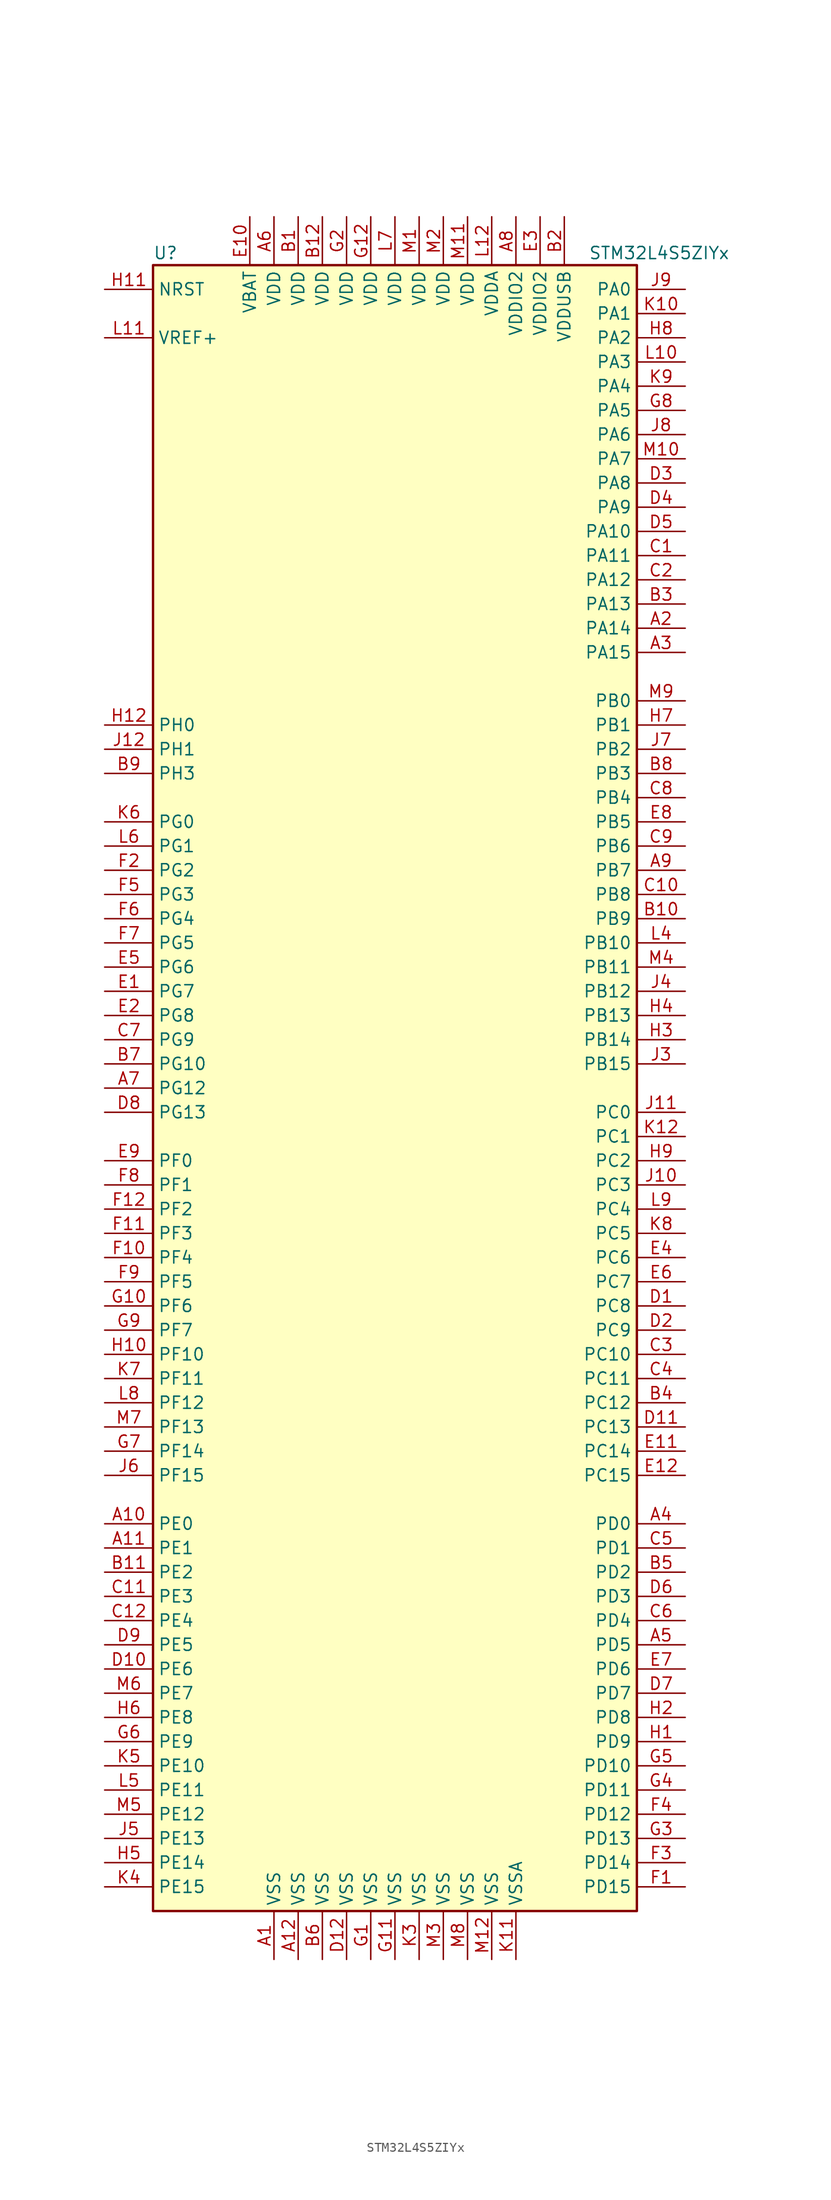
<source format=kicad_sym>
(kicad_symbol_lib
  (version 20200908)
  (generator kicad_symbol_editor)
  (symbol "MCU_ST_STM32L4+:STM32L4S5ZIYx"
    (property "Reference" "U"
      (at -25.4 87.63 0)
      (effects (font (size 1.27 1.27)) (justify left)))
    (property "Value" "STM32L4S5ZIYx"
      (at 20.32 87.63 0)
      (effects (font (size 1.27 1.27)) (justify left)))
    (symbol "STM32L4S5ZIYx_0_1"
      (rectangle (start -25.4 -86.36) (end 25.4 86.36) (stroke (width 0.254)) (fill (type background))))
    (symbol "STM32L4S5ZIYx_1_1"
      (pin unconnected line (at -25.4 -83.82 0) (length 5.08) hide (name "NC" (effects (font (size 1.27 1.27)))) (number "J1" (effects (font (size 1.27 1.27)))))
      (pin unconnected line (at -25.4 -81.28 0) (length 5.08) hide (name "NC" (effects (font (size 1.27 1.27)))) (number "J2" (effects (font (size 1.27 1.27)))))
      (pin unconnected line (at -25.4 -78.74 0) (length 5.08) hide (name "NC" (effects (font (size 1.27 1.27)))) (number "K1" (effects (font (size 1.27 1.27)))))
      (pin unconnected line (at -25.4 -76.2 0) (length 5.08) hide (name "NC" (effects (font (size 1.27 1.27)))) (number "K2" (effects (font (size 1.27 1.27)))))
      (pin unconnected line (at -25.4 -73.66 0) (length 5.08) hide (name "NC" (effects (font (size 1.27 1.27)))) (number "L1" (effects (font (size 1.27 1.27)))))
      (pin unconnected line (at -25.4 -71.12 0) (length 5.08) hide (name "NC" (effects (font (size 1.27 1.27)))) (number "L2" (effects (font (size 1.27 1.27)))))
      (pin unconnected line (at -25.4 -68.58 0) (length 5.08) hide (name "NC" (effects (font (size 1.27 1.27)))) (number "L3" (effects (font (size 1.27 1.27)))))
      (pin input line (at -30.48 83.82 0) (length 5.08) (name "NRST" (effects (font (size 1.27 1.27)))) (number "H11" (effects (font (size 1.27 1.27)))))
      (pin bidirectional line (at 30.48 83.82 180) (length 5.08) (name "PA0" (effects (font (size 1.27 1.27)))) (number "J9" (effects (font (size 1.27 1.27)))))
      (pin bidirectional line (at 30.48 81.28 180) (length 5.08) (name "PA1" (effects (font (size 1.27 1.27)))) (number "K10" (effects (font (size 1.27 1.27)))))
      (pin bidirectional line (at 30.48 58.42 180) (length 5.08) (name "PA10" (effects (font (size 1.27 1.27)))) (number "D5" (effects (font (size 1.27 1.27)))))
      (pin bidirectional line (at 30.48 55.88 180) (length 5.08) (name "PA11" (effects (font (size 1.27 1.27)))) (number "C1" (effects (font (size 1.27 1.27)))))
      (pin bidirectional line (at 30.48 53.34 180) (length 5.08) (name "PA12" (effects (font (size 1.27 1.27)))) (number "C2" (effects (font (size 1.27 1.27)))))
      (pin bidirectional line (at 30.48 50.8 180) (length 5.08) (name "PA13" (effects (font (size 1.27 1.27)))) (number "B3" (effects (font (size 1.27 1.27)))))
      (pin bidirectional line (at 30.48 48.26 180) (length 5.08) (name "PA14" (effects (font (size 1.27 1.27)))) (number "A2" (effects (font (size 1.27 1.27)))))
      (pin bidirectional line (at 30.48 45.72 180) (length 5.08) (name "PA15" (effects (font (size 1.27 1.27)))) (number "A3" (effects (font (size 1.27 1.27)))))
      (pin bidirectional line (at 30.48 78.74 180) (length 5.08) (name "PA2" (effects (font (size 1.27 1.27)))) (number "H8" (effects (font (size 1.27 1.27)))))
      (pin bidirectional line (at 30.48 76.2 180) (length 5.08) (name "PA3" (effects (font (size 1.27 1.27)))) (number "L10" (effects (font (size 1.27 1.27)))))
      (pin bidirectional line (at 30.48 73.66 180) (length 5.08) (name "PA4" (effects (font (size 1.27 1.27)))) (number "K9" (effects (font (size 1.27 1.27)))))
      (pin bidirectional line (at 30.48 71.12 180) (length 5.08) (name "PA5" (effects (font (size 1.27 1.27)))) (number "G8" (effects (font (size 1.27 1.27)))))
      (pin bidirectional line (at 30.48 68.58 180) (length 5.08) (name "PA6" (effects (font (size 1.27 1.27)))) (number "J8" (effects (font (size 1.27 1.27)))))
      (pin bidirectional line (at 30.48 66.04 180) (length 5.08) (name "PA7" (effects (font (size 1.27 1.27)))) (number "M10" (effects (font (size 1.27 1.27)))))
      (pin bidirectional line (at 30.48 63.5 180) (length 5.08) (name "PA8" (effects (font (size 1.27 1.27)))) (number "D3" (effects (font (size 1.27 1.27)))))
      (pin bidirectional line (at 30.48 60.96 180) (length 5.08) (name "PA9" (effects (font (size 1.27 1.27)))) (number "D4" (effects (font (size 1.27 1.27)))))
      (pin bidirectional line (at 30.48 40.64 180) (length 5.08) (name "PB0" (effects (font (size 1.27 1.27)))) (number "M9" (effects (font (size 1.27 1.27)))))
      (pin bidirectional line (at 30.48 38.1 180) (length 5.08) (name "PB1" (effects (font (size 1.27 1.27)))) (number "H7" (effects (font (size 1.27 1.27)))))
      (pin bidirectional line (at 30.48 15.24 180) (length 5.08) (name "PB10" (effects (font (size 1.27 1.27)))) (number "L4" (effects (font (size 1.27 1.27)))))
      (pin bidirectional line (at 30.48 12.7 180) (length 5.08) (name "PB11" (effects (font (size 1.27 1.27)))) (number "M4" (effects (font (size 1.27 1.27)))))
      (pin bidirectional line (at 30.48 10.16 180) (length 5.08) (name "PB12" (effects (font (size 1.27 1.27)))) (number "J4" (effects (font (size 1.27 1.27)))))
      (pin bidirectional line (at 30.48 7.62 180) (length 5.08) (name "PB13" (effects (font (size 1.27 1.27)))) (number "H4" (effects (font (size 1.27 1.27)))))
      (pin bidirectional line (at 30.48 5.08 180) (length 5.08) (name "PB14" (effects (font (size 1.27 1.27)))) (number "H3" (effects (font (size 1.27 1.27)))))
      (pin bidirectional line (at 30.48 2.54 180) (length 5.08) (name "PB15" (effects (font (size 1.27 1.27)))) (number "J3" (effects (font (size 1.27 1.27)))))
      (pin bidirectional line (at 30.48 35.56 180) (length 5.08) (name "PB2" (effects (font (size 1.27 1.27)))) (number "J7" (effects (font (size 1.27 1.27)))))
      (pin bidirectional line (at 30.48 33.02 180) (length 5.08) (name "PB3" (effects (font (size 1.27 1.27)))) (number "B8" (effects (font (size 1.27 1.27)))))
      (pin bidirectional line (at 30.48 30.48 180) (length 5.08) (name "PB4" (effects (font (size 1.27 1.27)))) (number "C8" (effects (font (size 1.27 1.27)))))
      (pin bidirectional line (at 30.48 27.94 180) (length 5.08) (name "PB5" (effects (font (size 1.27 1.27)))) (number "E8" (effects (font (size 1.27 1.27)))))
      (pin bidirectional line (at 30.48 25.4 180) (length 5.08) (name "PB6" (effects (font (size 1.27 1.27)))) (number "C9" (effects (font (size 1.27 1.27)))))
      (pin bidirectional line (at 30.48 22.86 180) (length 5.08) (name "PB7" (effects (font (size 1.27 1.27)))) (number "A9" (effects (font (size 1.27 1.27)))))
      (pin bidirectional line (at 30.48 20.32 180) (length 5.08) (name "PB8" (effects (font (size 1.27 1.27)))) (number "C10" (effects (font (size 1.27 1.27)))))
      (pin bidirectional line (at 30.48 17.78 180) (length 5.08) (name "PB9" (effects (font (size 1.27 1.27)))) (number "B10" (effects (font (size 1.27 1.27)))))
      (pin bidirectional line (at 30.48 -2.54 180) (length 5.08) (name "PC0" (effects (font (size 1.27 1.27)))) (number "J11" (effects (font (size 1.27 1.27)))))
      (pin bidirectional line (at 30.48 -5.08 180) (length 5.08) (name "PC1" (effects (font (size 1.27 1.27)))) (number "K12" (effects (font (size 1.27 1.27)))))
      (pin bidirectional line (at 30.48 -27.94 180) (length 5.08) (name "PC10" (effects (font (size 1.27 1.27)))) (number "C3" (effects (font (size 1.27 1.27)))))
      (pin bidirectional line (at 30.48 -30.48 180) (length 5.08) (name "PC11" (effects (font (size 1.27 1.27)))) (number "C4" (effects (font (size 1.27 1.27)))))
      (pin bidirectional line (at 30.48 -33.02 180) (length 5.08) (name "PC12" (effects (font (size 1.27 1.27)))) (number "B4" (effects (font (size 1.27 1.27)))))
      (pin bidirectional line (at 30.48 -35.56 180) (length 5.08) (name "PC13" (effects (font (size 1.27 1.27)))) (number "D11" (effects (font (size 1.27 1.27)))))
      (pin bidirectional line (at 30.48 -38.1 180) (length 5.08) (name "PC14" (effects (font (size 1.27 1.27)))) (number "E11" (effects (font (size 1.27 1.27)))))
      (pin bidirectional line (at 30.48 -40.64 180) (length 5.08) (name "PC15" (effects (font (size 1.27 1.27)))) (number "E12" (effects (font (size 1.27 1.27)))))
      (pin bidirectional line (at 30.48 -7.62 180) (length 5.08) (name "PC2" (effects (font (size 1.27 1.27)))) (number "H9" (effects (font (size 1.27 1.27)))))
      (pin bidirectional line (at 30.48 -10.16 180) (length 5.08) (name "PC3" (effects (font (size 1.27 1.27)))) (number "J10" (effects (font (size 1.27 1.27)))))
      (pin bidirectional line (at 30.48 -12.7 180) (length 5.08) (name "PC4" (effects (font (size 1.27 1.27)))) (number "L9" (effects (font (size 1.27 1.27)))))
      (pin bidirectional line (at 30.48 -15.24 180) (length 5.08) (name "PC5" (effects (font (size 1.27 1.27)))) (number "K8" (effects (font (size 1.27 1.27)))))
      (pin bidirectional line (at 30.48 -17.78 180) (length 5.08) (name "PC6" (effects (font (size 1.27 1.27)))) (number "E4" (effects (font (size 1.27 1.27)))))
      (pin bidirectional line (at 30.48 -20.32 180) (length 5.08) (name "PC7" (effects (font (size 1.27 1.27)))) (number "E6" (effects (font (size 1.27 1.27)))))
      (pin bidirectional line (at 30.48 -22.86 180) (length 5.08) (name "PC8" (effects (font (size 1.27 1.27)))) (number "D1" (effects (font (size 1.27 1.27)))))
      (pin bidirectional line (at 30.48 -25.4 180) (length 5.08) (name "PC9" (effects (font (size 1.27 1.27)))) (number "D2" (effects (font (size 1.27 1.27)))))
      (pin bidirectional line (at 30.48 -45.72 180) (length 5.08) (name "PD0" (effects (font (size 1.27 1.27)))) (number "A4" (effects (font (size 1.27 1.27)))))
      (pin bidirectional line (at 30.48 -48.26 180) (length 5.08) (name "PD1" (effects (font (size 1.27 1.27)))) (number "C5" (effects (font (size 1.27 1.27)))))
      (pin bidirectional line (at 30.48 -71.12 180) (length 5.08) (name "PD10" (effects (font (size 1.27 1.27)))) (number "G5" (effects (font (size 1.27 1.27)))))
      (pin bidirectional line (at 30.48 -73.66 180) (length 5.08) (name "PD11" (effects (font (size 1.27 1.27)))) (number "G4" (effects (font (size 1.27 1.27)))))
      (pin bidirectional line (at 30.48 -76.2 180) (length 5.08) (name "PD12" (effects (font (size 1.27 1.27)))) (number "F4" (effects (font (size 1.27 1.27)))))
      (pin bidirectional line (at 30.48 -78.74 180) (length 5.08) (name "PD13" (effects (font (size 1.27 1.27)))) (number "G3" (effects (font (size 1.27 1.27)))))
      (pin bidirectional line (at 30.48 -81.28 180) (length 5.08) (name "PD14" (effects (font (size 1.27 1.27)))) (number "F3" (effects (font (size 1.27 1.27)))))
      (pin bidirectional line (at 30.48 -83.82 180) (length 5.08) (name "PD15" (effects (font (size 1.27 1.27)))) (number "F1" (effects (font (size 1.27 1.27)))))
      (pin bidirectional line (at 30.48 -50.8 180) (length 5.08) (name "PD2" (effects (font (size 1.27 1.27)))) (number "B5" (effects (font (size 1.27 1.27)))))
      (pin bidirectional line (at 30.48 -53.34 180) (length 5.08) (name "PD3" (effects (font (size 1.27 1.27)))) (number "D6" (effects (font (size 1.27 1.27)))))
      (pin bidirectional line (at 30.48 -55.88 180) (length 5.08) (name "PD4" (effects (font (size 1.27 1.27)))) (number "C6" (effects (font (size 1.27 1.27)))))
      (pin bidirectional line (at 30.48 -58.42 180) (length 5.08) (name "PD5" (effects (font (size 1.27 1.27)))) (number "A5" (effects (font (size 1.27 1.27)))))
      (pin bidirectional line (at 30.48 -60.96 180) (length 5.08) (name "PD6" (effects (font (size 1.27 1.27)))) (number "E7" (effects (font (size 1.27 1.27)))))
      (pin bidirectional line (at 30.48 -63.5 180) (length 5.08) (name "PD7" (effects (font (size 1.27 1.27)))) (number "D7" (effects (font (size 1.27 1.27)))))
      (pin bidirectional line (at 30.48 -66.04 180) (length 5.08) (name "PD8" (effects (font (size 1.27 1.27)))) (number "H2" (effects (font (size 1.27 1.27)))))
      (pin bidirectional line (at 30.48 -68.58 180) (length 5.08) (name "PD9" (effects (font (size 1.27 1.27)))) (number "H1" (effects (font (size 1.27 1.27)))))
      (pin bidirectional line (at -30.48 -45.72 0) (length 5.08) (name "PE0" (effects (font (size 1.27 1.27)))) (number "A10" (effects (font (size 1.27 1.27)))))
      (pin bidirectional line (at -30.48 -48.26 0) (length 5.08) (name "PE1" (effects (font (size 1.27 1.27)))) (number "A11" (effects (font (size 1.27 1.27)))))
      (pin bidirectional line (at -30.48 -71.12 0) (length 5.08) (name "PE10" (effects (font (size 1.27 1.27)))) (number "K5" (effects (font (size 1.27 1.27)))))
      (pin bidirectional line (at -30.48 -73.66 0) (length 5.08) (name "PE11" (effects (font (size 1.27 1.27)))) (number "L5" (effects (font (size 1.27 1.27)))))
      (pin bidirectional line (at -30.48 -76.2 0) (length 5.08) (name "PE12" (effects (font (size 1.27 1.27)))) (number "M5" (effects (font (size 1.27 1.27)))))
      (pin bidirectional line (at -30.48 -78.74 0) (length 5.08) (name "PE13" (effects (font (size 1.27 1.27)))) (number "J5" (effects (font (size 1.27 1.27)))))
      (pin bidirectional line (at -30.48 -81.28 0) (length 5.08) (name "PE14" (effects (font (size 1.27 1.27)))) (number "H5" (effects (font (size 1.27 1.27)))))
      (pin bidirectional line (at -30.48 -83.82 0) (length 5.08) (name "PE15" (effects (font (size 1.27 1.27)))) (number "K4" (effects (font (size 1.27 1.27)))))
      (pin bidirectional line (at -30.48 -50.8 0) (length 5.08) (name "PE2" (effects (font (size 1.27 1.27)))) (number "B11" (effects (font (size 1.27 1.27)))))
      (pin bidirectional line (at -30.48 -53.34 0) (length 5.08) (name "PE3" (effects (font (size 1.27 1.27)))) (number "C11" (effects (font (size 1.27 1.27)))))
      (pin bidirectional line (at -30.48 -55.88 0) (length 5.08) (name "PE4" (effects (font (size 1.27 1.27)))) (number "C12" (effects (font (size 1.27 1.27)))))
      (pin bidirectional line (at -30.48 -58.42 0) (length 5.08) (name "PE5" (effects (font (size 1.27 1.27)))) (number "D9" (effects (font (size 1.27 1.27)))))
      (pin bidirectional line (at -30.48 -60.96 0) (length 5.08) (name "PE6" (effects (font (size 1.27 1.27)))) (number "D10" (effects (font (size 1.27 1.27)))))
      (pin bidirectional line (at -30.48 -63.5 0) (length 5.08) (name "PE7" (effects (font (size 1.27 1.27)))) (number "M6" (effects (font (size 1.27 1.27)))))
      (pin bidirectional line (at -30.48 -66.04 0) (length 5.08) (name "PE8" (effects (font (size 1.27 1.27)))) (number "H6" (effects (font (size 1.27 1.27)))))
      (pin bidirectional line (at -30.48 -68.58 0) (length 5.08) (name "PE9" (effects (font (size 1.27 1.27)))) (number "G6" (effects (font (size 1.27 1.27)))))
      (pin bidirectional line (at -30.48 -7.62 0) (length 5.08) (name "PF0" (effects (font (size 1.27 1.27)))) (number "E9" (effects (font (size 1.27 1.27)))))
      (pin bidirectional line (at -30.48 -10.16 0) (length 5.08) (name "PF1" (effects (font (size 1.27 1.27)))) (number "F8" (effects (font (size 1.27 1.27)))))
      (pin bidirectional line (at -30.48 -27.94 0) (length 5.08) (name "PF10" (effects (font (size 1.27 1.27)))) (number "H10" (effects (font (size 1.27 1.27)))))
      (pin bidirectional line (at -30.48 -30.48 0) (length 5.08) (name "PF11" (effects (font (size 1.27 1.27)))) (number "K7" (effects (font (size 1.27 1.27)))))
      (pin bidirectional line (at -30.48 -33.02 0) (length 5.08) (name "PF12" (effects (font (size 1.27 1.27)))) (number "L8" (effects (font (size 1.27 1.27)))))
      (pin bidirectional line (at -30.48 -35.56 0) (length 5.08) (name "PF13" (effects (font (size 1.27 1.27)))) (number "M7" (effects (font (size 1.27 1.27)))))
      (pin bidirectional line (at -30.48 -38.1 0) (length 5.08) (name "PF14" (effects (font (size 1.27 1.27)))) (number "G7" (effects (font (size 1.27 1.27)))))
      (pin bidirectional line (at -30.48 -40.64 0) (length 5.08) (name "PF15" (effects (font (size 1.27 1.27)))) (number "J6" (effects (font (size 1.27 1.27)))))
      (pin bidirectional line (at -30.48 -12.7 0) (length 5.08) (name "PF2" (effects (font (size 1.27 1.27)))) (number "F12" (effects (font (size 1.27 1.27)))))
      (pin bidirectional line (at -30.48 -15.24 0) (length 5.08) (name "PF3" (effects (font (size 1.27 1.27)))) (number "F11" (effects (font (size 1.27 1.27)))))
      (pin bidirectional line (at -30.48 -17.78 0) (length 5.08) (name "PF4" (effects (font (size 1.27 1.27)))) (number "F10" (effects (font (size 1.27 1.27)))))
      (pin bidirectional line (at -30.48 -20.32 0) (length 5.08) (name "PF5" (effects (font (size 1.27 1.27)))) (number "F9" (effects (font (size 1.27 1.27)))))
      (pin bidirectional line (at -30.48 -22.86 0) (length 5.08) (name "PF6" (effects (font (size 1.27 1.27)))) (number "G10" (effects (font (size 1.27 1.27)))))
      (pin bidirectional line (at -30.48 -25.4 0) (length 5.08) (name "PF7" (effects (font (size 1.27 1.27)))) (number "G9" (effects (font (size 1.27 1.27)))))
      (pin bidirectional line (at -30.48 27.94 0) (length 5.08) (name "PG0" (effects (font (size 1.27 1.27)))) (number "K6" (effects (font (size 1.27 1.27)))))
      (pin bidirectional line (at -30.48 25.4 0) (length 5.08) (name "PG1" (effects (font (size 1.27 1.27)))) (number "L6" (effects (font (size 1.27 1.27)))))
      (pin bidirectional line (at -30.48 2.54 0) (length 5.08) (name "PG10" (effects (font (size 1.27 1.27)))) (number "B7" (effects (font (size 1.27 1.27)))))
      (pin bidirectional line (at -30.48 0 0) (length 5.08) (name "PG12" (effects (font (size 1.27 1.27)))) (number "A7" (effects (font (size 1.27 1.27)))))
      (pin bidirectional line (at -30.48 -2.54 0) (length 5.08) (name "PG13" (effects (font (size 1.27 1.27)))) (number "D8" (effects (font (size 1.27 1.27)))))
      (pin bidirectional line (at -30.48 22.86 0) (length 5.08) (name "PG2" (effects (font (size 1.27 1.27)))) (number "F2" (effects (font (size 1.27 1.27)))))
      (pin bidirectional line (at -30.48 20.32 0) (length 5.08) (name "PG3" (effects (font (size 1.27 1.27)))) (number "F5" (effects (font (size 1.27 1.27)))))
      (pin bidirectional line (at -30.48 17.78 0) (length 5.08) (name "PG4" (effects (font (size 1.27 1.27)))) (number "F6" (effects (font (size 1.27 1.27)))))
      (pin bidirectional line (at -30.48 15.24 0) (length 5.08) (name "PG5" (effects (font (size 1.27 1.27)))) (number "F7" (effects (font (size 1.27 1.27)))))
      (pin bidirectional line (at -30.48 12.7 0) (length 5.08) (name "PG6" (effects (font (size 1.27 1.27)))) (number "E5" (effects (font (size 1.27 1.27)))))
      (pin bidirectional line (at -30.48 10.16 0) (length 5.08) (name "PG7" (effects (font (size 1.27 1.27)))) (number "E1" (effects (font (size 1.27 1.27)))))
      (pin bidirectional line (at -30.48 7.62 0) (length 5.08) (name "PG8" (effects (font (size 1.27 1.27)))) (number "E2" (effects (font (size 1.27 1.27)))))
      (pin bidirectional line (at -30.48 5.08 0) (length 5.08) (name "PG9" (effects (font (size 1.27 1.27)))) (number "C7" (effects (font (size 1.27 1.27)))))
      (pin input line (at -30.48 38.1 0) (length 5.08) (name "PH0" (effects (font (size 1.27 1.27)))) (number "H12" (effects (font (size 1.27 1.27)))))
      (pin input line (at -30.48 35.56 0) (length 5.08) (name "PH1" (effects (font (size 1.27 1.27)))) (number "J12" (effects (font (size 1.27 1.27)))))
      (pin bidirectional line (at -30.48 33.02 0) (length 5.08) (name "PH3" (effects (font (size 1.27 1.27)))) (number "B9" (effects (font (size 1.27 1.27)))))
      (pin power_in line (at -15.24 91.44 270) (length 5.08) (name "VBAT" (effects (font (size 1.27 1.27)))) (number "E10" (effects (font (size 1.27 1.27)))))
      (pin power_in line (at -12.7 91.44 270) (length 5.08) (name "VDD" (effects (font (size 1.27 1.27)))) (number "A6" (effects (font (size 1.27 1.27)))))
      (pin power_in line (at -10.16 91.44 270) (length 5.08) (name "VDD" (effects (font (size 1.27 1.27)))) (number "B1" (effects (font (size 1.27 1.27)))))
      (pin power_in line (at -7.62 91.44 270) (length 5.08) (name "VDD" (effects (font (size 1.27 1.27)))) (number "B12" (effects (font (size 1.27 1.27)))))
      (pin power_in line (at -2.54 91.44 270) (length 5.08) (name "VDD" (effects (font (size 1.27 1.27)))) (number "G12" (effects (font (size 1.27 1.27)))))
      (pin power_in line (at -5.08 91.44 270) (length 5.08) (name "VDD" (effects (font (size 1.27 1.27)))) (number "G2" (effects (font (size 1.27 1.27)))))
      (pin power_in line (at 0 91.44 270) (length 5.08) (name "VDD" (effects (font (size 1.27 1.27)))) (number "L7" (effects (font (size 1.27 1.27)))))
      (pin power_in line (at 2.54 91.44 270) (length 5.08) (name "VDD" (effects (font (size 1.27 1.27)))) (number "M1" (effects (font (size 1.27 1.27)))))
      (pin power_in line (at 7.62 91.44 270) (length 5.08) (name "VDD" (effects (font (size 1.27 1.27)))) (number "M11" (effects (font (size 1.27 1.27)))))
      (pin power_in line (at 5.08 91.44 270) (length 5.08) (name "VDD" (effects (font (size 1.27 1.27)))) (number "M2" (effects (font (size 1.27 1.27)))))
      (pin power_in line (at 10.16 91.44 270) (length 5.08) (name "VDDA" (effects (font (size 1.27 1.27)))) (number "L12" (effects (font (size 1.27 1.27)))))
      (pin power_in line (at 12.7 91.44 270) (length 5.08) (name "VDDIO2" (effects (font (size 1.27 1.27)))) (number "A8" (effects (font (size 1.27 1.27)))))
      (pin power_in line (at 15.24 91.44 270) (length 5.08) (name "VDDIO2" (effects (font (size 1.27 1.27)))) (number "E3" (effects (font (size 1.27 1.27)))))
      (pin power_in line (at 17.78 91.44 270) (length 5.08) (name "VDDUSB" (effects (font (size 1.27 1.27)))) (number "B2" (effects (font (size 1.27 1.27)))))
      (pin bidirectional line (at -30.48 78.74 0) (length 5.08) (name "VREF+" (effects (font (size 1.27 1.27)))) (number "L11" (effects (font (size 1.27 1.27)))))
      (pin power_in line (at -12.7 -91.44 90) (length 5.08) (name "VSS" (effects (font (size 1.27 1.27)))) (number "A1" (effects (font (size 1.27 1.27)))))
      (pin power_in line (at -10.16 -91.44 90) (length 5.08) (name "VSS" (effects (font (size 1.27 1.27)))) (number "A12" (effects (font (size 1.27 1.27)))))
      (pin power_in line (at -7.62 -91.44 90) (length 5.08) (name "VSS" (effects (font (size 1.27 1.27)))) (number "B6" (effects (font (size 1.27 1.27)))))
      (pin power_in line (at -5.08 -91.44 90) (length 5.08) (name "VSS" (effects (font (size 1.27 1.27)))) (number "D12" (effects (font (size 1.27 1.27)))))
      (pin power_in line (at -2.54 -91.44 90) (length 5.08) (name "VSS" (effects (font (size 1.27 1.27)))) (number "G1" (effects (font (size 1.27 1.27)))))
      (pin power_in line (at 0 -91.44 90) (length 5.08) (name "VSS" (effects (font (size 1.27 1.27)))) (number "G11" (effects (font (size 1.27 1.27)))))
      (pin power_in line (at 2.54 -91.44 90) (length 5.08) (name "VSS" (effects (font (size 1.27 1.27)))) (number "K3" (effects (font (size 1.27 1.27)))))
      (pin power_in line (at 10.16 -91.44 90) (length 5.08) (name "VSS" (effects (font (size 1.27 1.27)))) (number "M12" (effects (font (size 1.27 1.27)))))
      (pin power_in line (at 5.08 -91.44 90) (length 5.08) (name "VSS" (effects (font (size 1.27 1.27)))) (number "M3" (effects (font (size 1.27 1.27)))))
      (pin power_in line (at 7.62 -91.44 90) (length 5.08) (name "VSS" (effects (font (size 1.27 1.27)))) (number "M8" (effects (font (size 1.27 1.27)))))
      (pin power_in line (at 12.7 -91.44 90) (length 5.08) (name "VSSA" (effects (font (size 1.27 1.27)))) (number "K11" (effects (font (size 1.27 1.27))))))))
</source>
